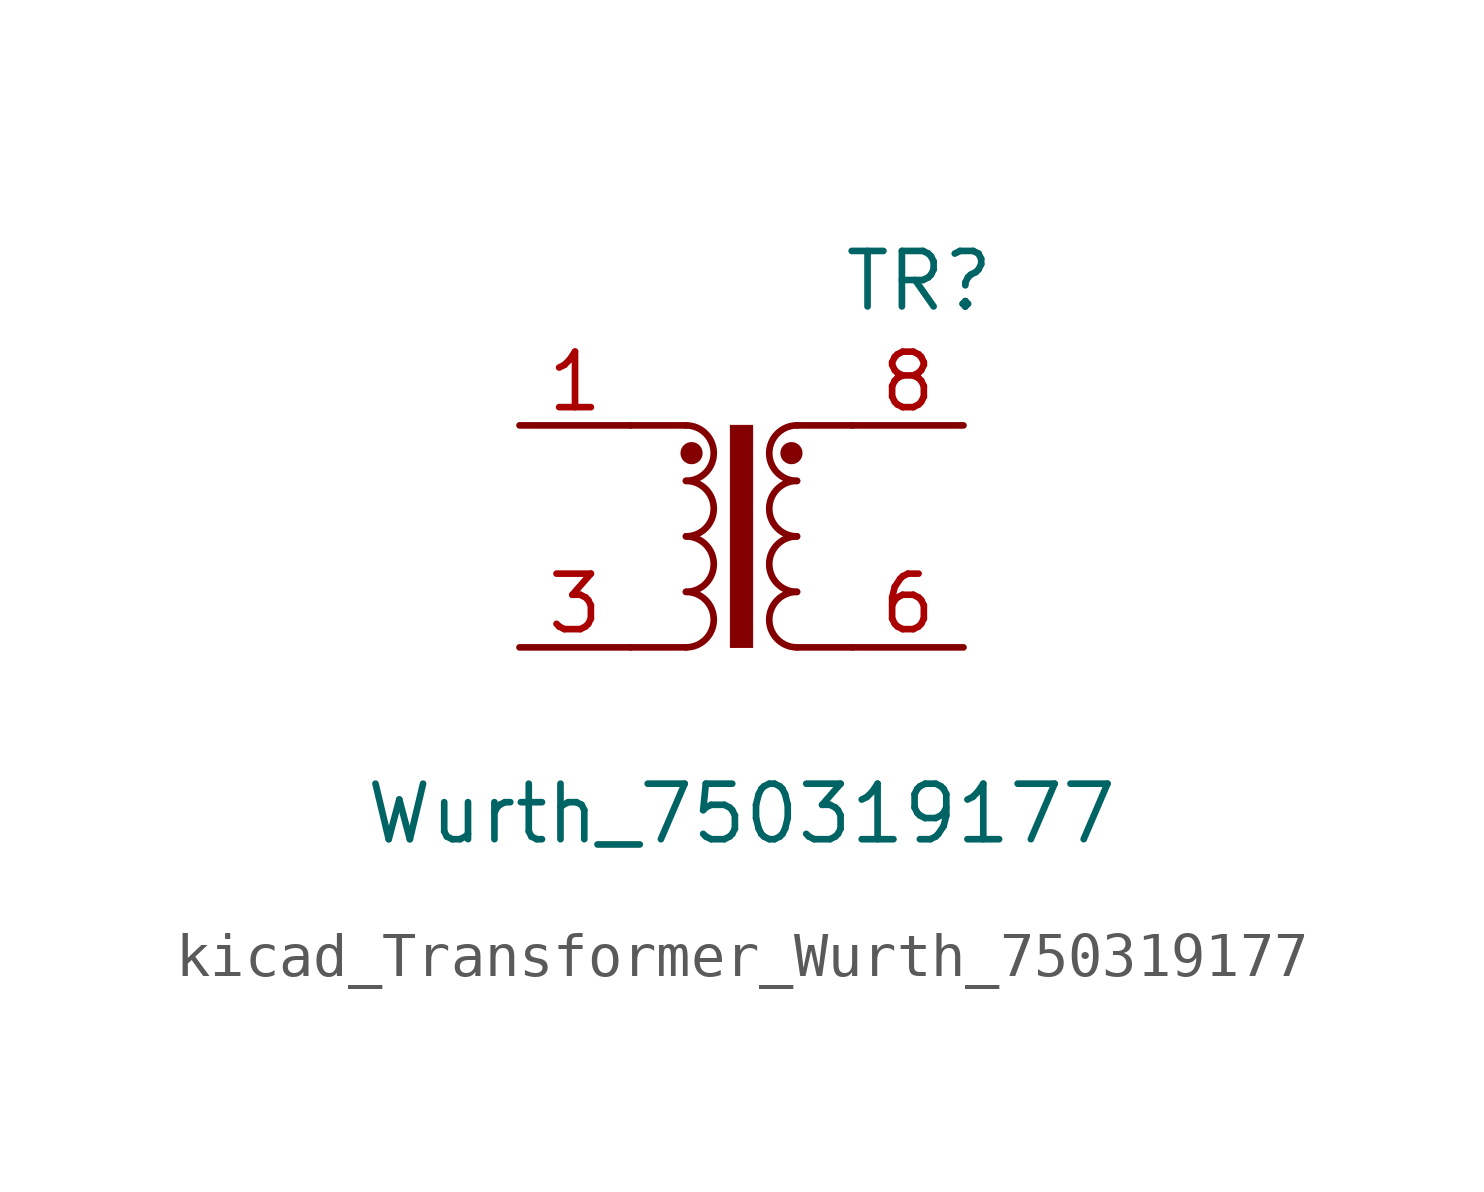
<source format=kicad_sym>
(kicad_symbol_lib
  (version 20220914)
  (generator kicad_symbol_editor)
  (symbol "kicad_Transformer_Wurth_750319177"
    (property "Reference" "TR"
      (at 4.064 5.842 0)
      (effects (font (size 1.27 1.27))))
    (property "Value" "Wurth_750319177"
      (at 0 -6.35 0)
      (effects (font (size 1.27 1.27))))
    (symbol "kicad_Transformer_Wurth_750319177_0_1"
      (arc (start -1.27 -2.54) (mid -0.6377 -1.905) (end -1.27 -1.27) (stroke (width 0) (type default)) (fill (type none)))
      (arc (start -1.27 -1.27) (mid -0.6377 -0.635) (end -1.27 0) (stroke (width 0) (type default)) (fill (type none)))
      (rectangle (start -0.254 2.54) (end 0.254 -2.54) (stroke (width 0.025) (type default)) (fill (type outline)))
      (polyline (pts (xy -2.54 -2.54) (xy -1.27 -2.54)) (stroke (width 0) (type default)) (fill (type none)))
      (polyline (pts (xy -2.54 2.54) (xy -1.27 2.54)) (stroke (width 0) (type default)) (fill (type none)))
      (polyline (pts (xy 1.27 -2.54) (xy 2.54 -2.54)) (stroke (width 0) (type default)) (fill (type none)))
      (polyline (pts (xy 1.27 2.54) (xy 2.54 2.54)) (stroke (width 0) (type default)) (fill (type none))))
    (symbol "kicad_Transformer_Wurth_750319177_1_1"
      (arc (start -1.27 0) (mid -0.6377 0.635) (end -1.27 1.27) (stroke (width 0) (type default)) (fill (type none)))
      (arc (start -1.27 1.27) (mid -0.6377 1.905) (end -1.27 2.54) (stroke (width 0) (type default)) (fill (type none)))
      (circle (center -1.143 1.905) (radius 0.127) (stroke (width 0.254) (type default)) (fill (type none)))
      (circle (center 1.143 1.905) (radius 0.127) (stroke (width 0.254) (type default)) (fill (type none)))
      (arc (start 1.27 -1.27) (mid 0.6377 -1.905) (end 1.27 -2.54) (stroke (width 0) (type default)) (fill (type none)))
      (arc (start 1.27 0) (mid 0.6377 -0.635) (end 1.27 -1.27) (stroke (width 0) (type default)) (fill (type none)))
      (arc (start 1.27 1.27) (mid 0.6377 0.635) (end 1.27 0) (stroke (width 0) (type default)) (fill (type none)))
      (arc (start 1.27 2.54) (mid 0.6377 1.905) (end 1.27 1.27) (stroke (width 0) (type default)) (fill (type none)))
      (pin passive line (at -5.08 2.54 0) (length 2.54) (name "~" (effects (font (size 1.27 1.27)))) (number "1" (effects (font (size 1.27 1.27)))))
      (pin no_connect line (at 1.27 2.54 270) (length 2.54) hide (name "NC" (effects (font (size 1.27 1.27)))) (number "2" (effects (font (size 1.27 1.27)))))
      (pin passive line (at -5.08 -2.54 0) (length 2.54) (name "~" (effects (font (size 1.27 1.27)))) (number "3" (effects (font (size 1.27 1.27)))))
      (pin no_connect line (at -1.27 -2.54 90) (length 2.54) hide (name "NC" (effects (font (size 1.27 1.27)))) (number "4" (effects (font (size 1.27 1.27)))))
      (pin no_connect line (at 1.27 -2.54 90) (length 2.54) hide (name "NC" (effects (font (size 1.27 1.27)))) (number "5" (effects (font (size 1.27 1.27)))))
      (pin passive line (at 5.08 -2.54 180) (length 2.54) (name "~" (effects (font (size 1.27 1.27)))) (number "6" (effects (font (size 1.27 1.27)))))
      (pin no_connect line (at -1.27 2.54 270) (length 2.54) hide (name "NC" (effects (font (size 1.27 1.27)))) (number "7" (effects (font (size 1.27 1.27)))))
      (pin passive line (at 5.08 2.54 180) (length 2.54) (name "~" (effects (font (size 1.27 1.27)))) (number "8" (effects (font (size 1.27 1.27))))))))
</source>
